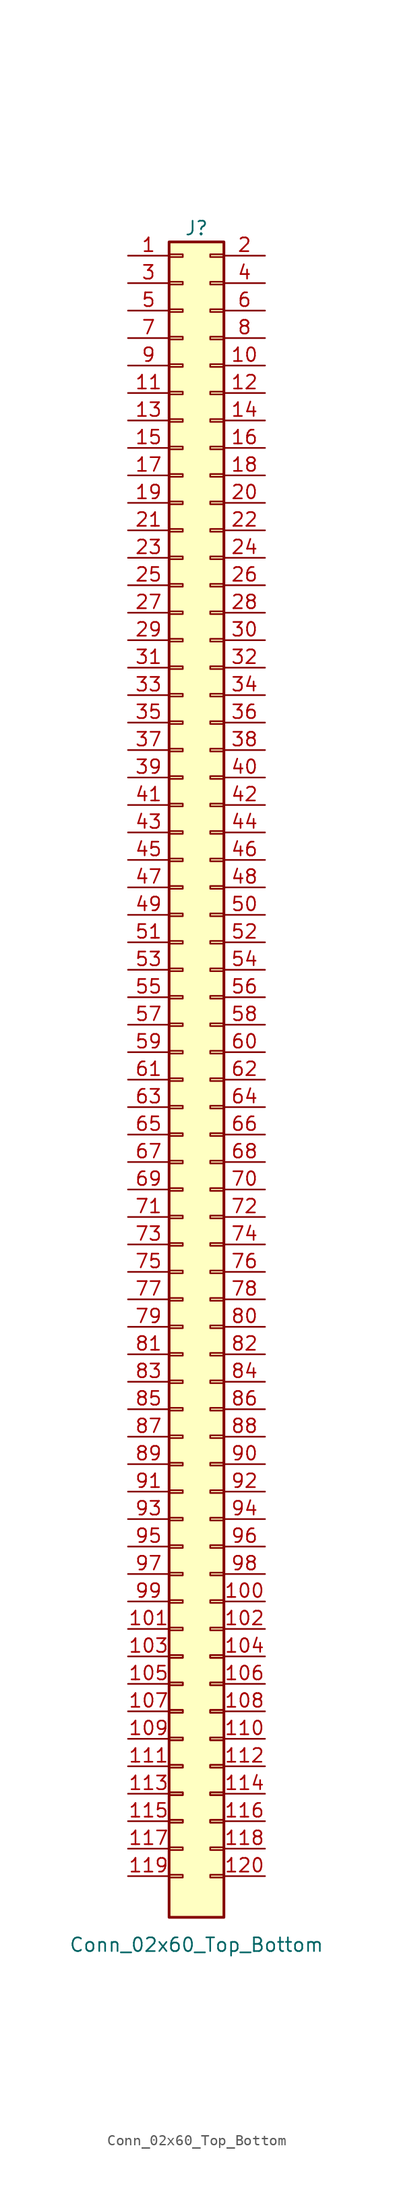
<source format=kicad_sym>
(kicad_symbol_lib
  (version 20211014)
  (generator kicad_symbol_editor)
  (symbol "Conn_02x60_Top_Bottom"
    (pin_names
      (offset 1.016) hide)
    (property "Reference" "J"
      (at 0 1.27 0)
      (effects (font (size 1.27 1.27))))
    (property "Value" "Conn_02x60_Top_Bottom"
      (at 0 -157.48 0)
      (effects (font (size 1.27 1.27))))
    (symbol "Conn_02x60_Top_Bottom_1_1"
      (rectangle (start -2.54 -151.003) (end -1.27 -151.257) (stroke (width 0.152) (type default) (color 0 0 0 0)) (fill (type none)))
      (rectangle (start -2.54 -148.463) (end -1.27 -148.717) (stroke (width 0.152) (type default) (color 0 0 0 0)) (fill (type none)))
      (rectangle (start -2.54 -145.923) (end -1.27 -146.177) (stroke (width 0.152) (type default) (color 0 0 0 0)) (fill (type none)))
      (rectangle (start -2.54 -145.923) (end -1.27 -146.177) (stroke (width 0.152) (type default) (color 0 0 0 0)) (fill (type none)))
      (rectangle (start -2.54 -143.383) (end -1.27 -143.637) (stroke (width 0.152) (type default) (color 0 0 0 0)) (fill (type none)))
      (rectangle (start -2.54 -143.383) (end -1.27 -143.637) (stroke (width 0.152) (type default) (color 0 0 0 0)) (fill (type none)))
      (rectangle (start -2.54 -140.843) (end -1.27 -141.097) (stroke (width 0.152) (type default) (color 0 0 0 0)) (fill (type none)))
      (rectangle (start -2.54 -140.843) (end -1.27 -141.097) (stroke (width 0.152) (type default) (color 0 0 0 0)) (fill (type none)))
      (rectangle (start -2.54 -138.303) (end -1.27 -138.557) (stroke (width 0.152) (type default) (color 0 0 0 0)) (fill (type none)))
      (rectangle (start -2.54 -138.303) (end -1.27 -138.557) (stroke (width 0.152) (type default) (color 0 0 0 0)) (fill (type none)))
      (rectangle (start -2.54 -135.763) (end -1.27 -136.017) (stroke (width 0.152) (type default) (color 0 0 0 0)) (fill (type none)))
      (rectangle (start -2.54 -135.763) (end -1.27 -136.017) (stroke (width 0.152) (type default) (color 0 0 0 0)) (fill (type none)))
      (rectangle (start -2.54 -133.223) (end -1.27 -133.477) (stroke (width 0.152) (type default) (color 0 0 0 0)) (fill (type none)))
      (rectangle (start -2.54 -133.223) (end -1.27 -133.477) (stroke (width 0.152) (type default) (color 0 0 0 0)) (fill (type none)))
      (rectangle (start -2.54 -130.683) (end -1.27 -130.937) (stroke (width 0.152) (type default) (color 0 0 0 0)) (fill (type none)))
      (rectangle (start -2.54 -130.683) (end -1.27 -130.937) (stroke (width 0.152) (type default) (color 0 0 0 0)) (fill (type none)))
      (rectangle (start -2.54 -128.143) (end -1.27 -128.397) (stroke (width 0.152) (type default) (color 0 0 0 0)) (fill (type none)))
      (rectangle (start -2.54 -125.603) (end -1.27 -125.857) (stroke (width 0.152) (type default) (color 0 0 0 0)) (fill (type none)))
      (rectangle (start -2.54 -123.063) (end -1.27 -123.317) (stroke (width 0.152) (type default) (color 0 0 0 0)) (fill (type none)))
      (rectangle (start -2.54 -120.523) (end -1.27 -120.777) (stroke (width 0.152) (type default) (color 0 0 0 0)) (fill (type none)))
      (rectangle (start -2.54 -117.983) (end -1.27 -118.237) (stroke (width 0.152) (type default) (color 0 0 0 0)) (fill (type none)))
      (rectangle (start -2.54 -115.443) (end -1.27 -115.697) (stroke (width 0.152) (type default) (color 0 0 0 0)) (fill (type none)))
      (rectangle (start -2.54 -112.903) (end -1.27 -113.157) (stroke (width 0.152) (type default) (color 0 0 0 0)) (fill (type none)))
      (rectangle (start -2.54 -110.363) (end -1.27 -110.617) (stroke (width 0.152) (type default) (color 0 0 0 0)) (fill (type none)))
      (rectangle (start -2.54 -107.823) (end -1.27 -108.077) (stroke (width 0.152) (type default) (color 0 0 0 0)) (fill (type none)))
      (rectangle (start -2.54 -105.283) (end -1.27 -105.537) (stroke (width 0.152) (type default) (color 0 0 0 0)) (fill (type none)))
      (rectangle (start -2.54 -102.743) (end -1.27 -102.997) (stroke (width 0.152) (type default) (color 0 0 0 0)) (fill (type none)))
      (rectangle (start -2.54 -100.203) (end -1.27 -100.457) (stroke (width 0.152) (type default) (color 0 0 0 0)) (fill (type none)))
      (rectangle (start -2.54 -97.663) (end -1.27 -97.917) (stroke (width 0.152) (type default) (color 0 0 0 0)) (fill (type none)))
      (rectangle (start -2.54 -95.123) (end -1.27 -95.377) (stroke (width 0.152) (type default) (color 0 0 0 0)) (fill (type none)))
      (rectangle (start -2.54 -92.583) (end -1.27 -92.837) (stroke (width 0.152) (type default) (color 0 0 0 0)) (fill (type none)))
      (rectangle (start -2.54 -90.043) (end -1.27 -90.297) (stroke (width 0.152) (type default) (color 0 0 0 0)) (fill (type none)))
      (rectangle (start -2.54 -87.503) (end -1.27 -87.757) (stroke (width 0.152) (type default) (color 0 0 0 0)) (fill (type none)))
      (rectangle (start -2.54 -84.963) (end -1.27 -85.217) (stroke (width 0.152) (type default) (color 0 0 0 0)) (fill (type none)))
      (rectangle (start -2.54 -82.423) (end -1.27 -82.677) (stroke (width 0.152) (type default) (color 0 0 0 0)) (fill (type none)))
      (rectangle (start -2.54 -79.883) (end -1.27 -80.137) (stroke (width 0.152) (type default) (color 0 0 0 0)) (fill (type none)))
      (rectangle (start -2.54 -77.343) (end -1.27 -77.597) (stroke (width 0.152) (type default) (color 0 0 0 0)) (fill (type none)))
      (rectangle (start -2.54 -74.803) (end -1.27 -75.057) (stroke (width 0.152) (type default) (color 0 0 0 0)) (fill (type none)))
      (rectangle (start -2.54 -72.263) (end -1.27 -72.517) (stroke (width 0.152) (type default) (color 0 0 0 0)) (fill (type none)))
      (rectangle (start -2.54 -69.723) (end -1.27 -69.977) (stroke (width 0.152) (type default) (color 0 0 0 0)) (fill (type none)))
      (rectangle (start -2.54 -67.183) (end -1.27 -67.437) (stroke (width 0.152) (type default) (color 0 0 0 0)) (fill (type none)))
      (rectangle (start -2.54 -64.643) (end -1.27 -64.897) (stroke (width 0.152) (type default) (color 0 0 0 0)) (fill (type none)))
      (rectangle (start -2.54 -62.103) (end -1.27 -62.357) (stroke (width 0.152) (type default) (color 0 0 0 0)) (fill (type none)))
      (rectangle (start -2.54 -59.563) (end -1.27 -59.817) (stroke (width 0.152) (type default) (color 0 0 0 0)) (fill (type none)))
      (rectangle (start -2.54 -57.023) (end -1.27 -57.277) (stroke (width 0.152) (type default) (color 0 0 0 0)) (fill (type none)))
      (rectangle (start -2.54 -54.483) (end -1.27 -54.737) (stroke (width 0.152) (type default) (color 0 0 0 0)) (fill (type none)))
      (rectangle (start -2.54 -51.943) (end -1.27 -52.197) (stroke (width 0.152) (type default) (color 0 0 0 0)) (fill (type none)))
      (rectangle (start -2.54 -49.403) (end -1.27 -49.657) (stroke (width 0.152) (type default) (color 0 0 0 0)) (fill (type none)))
      (rectangle (start -2.54 -46.863) (end -1.27 -47.117) (stroke (width 0.152) (type default) (color 0 0 0 0)) (fill (type none)))
      (rectangle (start -2.54 -44.323) (end -1.27 -44.577) (stroke (width 0.152) (type default) (color 0 0 0 0)) (fill (type none)))
      (rectangle (start -2.54 -41.783) (end -1.27 -42.037) (stroke (width 0.152) (type default) (color 0 0 0 0)) (fill (type none)))
      (rectangle (start -2.54 -39.243) (end -1.27 -39.497) (stroke (width 0.152) (type default) (color 0 0 0 0)) (fill (type none)))
      (rectangle (start -2.54 -36.703) (end -1.27 -36.957) (stroke (width 0.152) (type default) (color 0 0 0 0)) (fill (type none)))
      (rectangle (start -2.54 -34.163) (end -1.27 -34.417) (stroke (width 0.152) (type default) (color 0 0 0 0)) (fill (type none)))
      (rectangle (start -2.54 -31.623) (end -1.27 -31.877) (stroke (width 0.152) (type default) (color 0 0 0 0)) (fill (type none)))
      (rectangle (start -2.54 -29.083) (end -1.27 -29.337) (stroke (width 0.152) (type default) (color 0 0 0 0)) (fill (type none)))
      (rectangle (start -2.54 -26.543) (end -1.27 -26.797) (stroke (width 0.152) (type default) (color 0 0 0 0)) (fill (type none)))
      (rectangle (start -2.54 -24.003) (end -1.27 -24.257) (stroke (width 0.152) (type default) (color 0 0 0 0)) (fill (type none)))
      (rectangle (start -2.54 -21.463) (end -1.27 -21.717) (stroke (width 0.152) (type default) (color 0 0 0 0)) (fill (type none)))
      (rectangle (start -2.54 -18.923) (end -1.27 -19.177) (stroke (width 0.152) (type default) (color 0 0 0 0)) (fill (type none)))
      (rectangle (start -2.54 -16.383) (end -1.27 -16.637) (stroke (width 0.152) (type default) (color 0 0 0 0)) (fill (type none)))
      (rectangle (start -2.54 -13.843) (end -1.27 -14.097) (stroke (width 0.152) (type default) (color 0 0 0 0)) (fill (type none)))
      (rectangle (start -2.54 -11.303) (end -1.27 -11.557) (stroke (width 0.152) (type default) (color 0 0 0 0)) (fill (type none)))
      (rectangle (start -2.54 -8.763) (end -1.27 -9.017) (stroke (width 0.152) (type default) (color 0 0 0 0)) (fill (type none)))
      (rectangle (start -2.54 -6.223) (end -1.27 -6.477) (stroke (width 0.152) (type default) (color 0 0 0 0)) (fill (type none)))
      (rectangle (start -2.54 -3.683) (end -1.27 -3.937) (stroke (width 0.152) (type default) (color 0 0 0 0)) (fill (type none)))
      (rectangle (start -2.54 -1.143) (end -1.27 -1.397) (stroke (width 0.152) (type default) (color 0 0 0 0)) (fill (type none)))
      (rectangle (start -2.54 0) (end 2.54 -154.94) (stroke (width 0.254) (type default) (color 0 0 0 0)) (fill (type background)))
      (rectangle (start 2.54 -151.003) (end 1.27 -151.257) (stroke (width 0.152) (type default) (color 0 0 0 0)) (fill (type none)))
      (rectangle (start 2.54 -148.463) (end 1.27 -148.717) (stroke (width 0.152) (type default) (color 0 0 0 0)) (fill (type none)))
      (rectangle (start 2.54 -145.923) (end 1.27 -146.177) (stroke (width 0.152) (type default) (color 0 0 0 0)) (fill (type none)))
      (rectangle (start 2.54 -145.923) (end 1.27 -146.177) (stroke (width 0.152) (type default) (color 0 0 0 0)) (fill (type none)))
      (rectangle (start 2.54 -143.383) (end 1.27 -143.637) (stroke (width 0.152) (type default) (color 0 0 0 0)) (fill (type none)))
      (rectangle (start 2.54 -143.383) (end 1.27 -143.637) (stroke (width 0.152) (type default) (color 0 0 0 0)) (fill (type none)))
      (rectangle (start 2.54 -140.843) (end 1.27 -141.097) (stroke (width 0.152) (type default) (color 0 0 0 0)) (fill (type none)))
      (rectangle (start 2.54 -140.843) (end 1.27 -141.097) (stroke (width 0.152) (type default) (color 0 0 0 0)) (fill (type none)))
      (rectangle (start 2.54 -138.303) (end 1.27 -138.557) (stroke (width 0.152) (type default) (color 0 0 0 0)) (fill (type none)))
      (rectangle (start 2.54 -138.303) (end 1.27 -138.557) (stroke (width 0.152) (type default) (color 0 0 0 0)) (fill (type none)))
      (rectangle (start 2.54 -135.763) (end 1.27 -136.017) (stroke (width 0.152) (type default) (color 0 0 0 0)) (fill (type none)))
      (rectangle (start 2.54 -135.763) (end 1.27 -136.017) (stroke (width 0.152) (type default) (color 0 0 0 0)) (fill (type none)))
      (rectangle (start 2.54 -133.223) (end 1.27 -133.477) (stroke (width 0.152) (type default) (color 0 0 0 0)) (fill (type none)))
      (rectangle (start 2.54 -133.223) (end 1.27 -133.477) (stroke (width 0.152) (type default) (color 0 0 0 0)) (fill (type none)))
      (rectangle (start 2.54 -130.683) (end 1.27 -130.937) (stroke (width 0.152) (type default) (color 0 0 0 0)) (fill (type none)))
      (rectangle (start 2.54 -130.683) (end 1.27 -130.937) (stroke (width 0.152) (type default) (color 0 0 0 0)) (fill (type none)))
      (rectangle (start 2.54 -128.143) (end 1.27 -128.397) (stroke (width 0.152) (type default) (color 0 0 0 0)) (fill (type none)))
      (rectangle (start 2.54 -125.603) (end 1.27 -125.857) (stroke (width 0.152) (type default) (color 0 0 0 0)) (fill (type none)))
      (rectangle (start 2.54 -123.063) (end 1.27 -123.317) (stroke (width 0.152) (type default) (color 0 0 0 0)) (fill (type none)))
      (rectangle (start 2.54 -120.523) (end 1.27 -120.777) (stroke (width 0.152) (type default) (color 0 0 0 0)) (fill (type none)))
      (rectangle (start 2.54 -117.983) (end 1.27 -118.237) (stroke (width 0.152) (type default) (color 0 0 0 0)) (fill (type none)))
      (rectangle (start 2.54 -115.443) (end 1.27 -115.697) (stroke (width 0.152) (type default) (color 0 0 0 0)) (fill (type none)))
      (rectangle (start 2.54 -112.903) (end 1.27 -113.157) (stroke (width 0.152) (type default) (color 0 0 0 0)) (fill (type none)))
      (rectangle (start 2.54 -110.363) (end 1.27 -110.617) (stroke (width 0.152) (type default) (color 0 0 0 0)) (fill (type none)))
      (rectangle (start 2.54 -107.823) (end 1.27 -108.077) (stroke (width 0.152) (type default) (color 0 0 0 0)) (fill (type none)))
      (rectangle (start 2.54 -105.283) (end 1.27 -105.537) (stroke (width 0.152) (type default) (color 0 0 0 0)) (fill (type none)))
      (rectangle (start 2.54 -102.743) (end 1.27 -102.997) (stroke (width 0.152) (type default) (color 0 0 0 0)) (fill (type none)))
      (rectangle (start 2.54 -100.203) (end 1.27 -100.457) (stroke (width 0.152) (type default) (color 0 0 0 0)) (fill (type none)))
      (rectangle (start 2.54 -97.663) (end 1.27 -97.917) (stroke (width 0.152) (type default) (color 0 0 0 0)) (fill (type none)))
      (rectangle (start 2.54 -95.123) (end 1.27 -95.377) (stroke (width 0.152) (type default) (color 0 0 0 0)) (fill (type none)))
      (rectangle (start 2.54 -92.583) (end 1.27 -92.837) (stroke (width 0.152) (type default) (color 0 0 0 0)) (fill (type none)))
      (rectangle (start 2.54 -90.043) (end 1.27 -90.297) (stroke (width 0.152) (type default) (color 0 0 0 0)) (fill (type none)))
      (rectangle (start 2.54 -87.503) (end 1.27 -87.757) (stroke (width 0.152) (type default) (color 0 0 0 0)) (fill (type none)))
      (rectangle (start 2.54 -84.963) (end 1.27 -85.217) (stroke (width 0.152) (type default) (color 0 0 0 0)) (fill (type none)))
      (rectangle (start 2.54 -82.423) (end 1.27 -82.677) (stroke (width 0.152) (type default) (color 0 0 0 0)) (fill (type none)))
      (rectangle (start 2.54 -79.883) (end 1.27 -80.137) (stroke (width 0.152) (type default) (color 0 0 0 0)) (fill (type none)))
      (rectangle (start 2.54 -77.343) (end 1.27 -77.597) (stroke (width 0.152) (type default) (color 0 0 0 0)) (fill (type none)))
      (rectangle (start 2.54 -74.803) (end 1.27 -75.057) (stroke (width 0.152) (type default) (color 0 0 0 0)) (fill (type none)))
      (rectangle (start 2.54 -72.263) (end 1.27 -72.517) (stroke (width 0.152) (type default) (color 0 0 0 0)) (fill (type none)))
      (rectangle (start 2.54 -69.723) (end 1.27 -69.977) (stroke (width 0.152) (type default) (color 0 0 0 0)) (fill (type none)))
      (rectangle (start 2.54 -67.183) (end 1.27 -67.437) (stroke (width 0.152) (type default) (color 0 0 0 0)) (fill (type none)))
      (rectangle (start 2.54 -64.643) (end 1.27 -64.897) (stroke (width 0.152) (type default) (color 0 0 0 0)) (fill (type none)))
      (rectangle (start 2.54 -62.103) (end 1.27 -62.357) (stroke (width 0.152) (type default) (color 0 0 0 0)) (fill (type none)))
      (rectangle (start 2.54 -59.563) (end 1.27 -59.817) (stroke (width 0.152) (type default) (color 0 0 0 0)) (fill (type none)))
      (rectangle (start 2.54 -57.023) (end 1.27 -57.277) (stroke (width 0.152) (type default) (color 0 0 0 0)) (fill (type none)))
      (rectangle (start 2.54 -54.483) (end 1.27 -54.737) (stroke (width 0.152) (type default) (color 0 0 0 0)) (fill (type none)))
      (rectangle (start 2.54 -51.943) (end 1.27 -52.197) (stroke (width 0.152) (type default) (color 0 0 0 0)) (fill (type none)))
      (rectangle (start 2.54 -49.403) (end 1.27 -49.657) (stroke (width 0.152) (type default) (color 0 0 0 0)) (fill (type none)))
      (rectangle (start 2.54 -46.863) (end 1.27 -47.117) (stroke (width 0.152) (type default) (color 0 0 0 0)) (fill (type none)))
      (rectangle (start 2.54 -44.323) (end 1.27 -44.577) (stroke (width 0.152) (type default) (color 0 0 0 0)) (fill (type none)))
      (rectangle (start 2.54 -41.783) (end 1.27 -42.037) (stroke (width 0.152) (type default) (color 0 0 0 0)) (fill (type none)))
      (rectangle (start 2.54 -39.243) (end 1.27 -39.497) (stroke (width 0.152) (type default) (color 0 0 0 0)) (fill (type none)))
      (rectangle (start 2.54 -36.703) (end 1.27 -36.957) (stroke (width 0.152) (type default) (color 0 0 0 0)) (fill (type none)))
      (rectangle (start 2.54 -34.163) (end 1.27 -34.417) (stroke (width 0.152) (type default) (color 0 0 0 0)) (fill (type none)))
      (rectangle (start 2.54 -31.623) (end 1.27 -31.877) (stroke (width 0.152) (type default) (color 0 0 0 0)) (fill (type none)))
      (rectangle (start 2.54 -29.083) (end 1.27 -29.337) (stroke (width 0.152) (type default) (color 0 0 0 0)) (fill (type none)))
      (rectangle (start 2.54 -26.543) (end 1.27 -26.797) (stroke (width 0.152) (type default) (color 0 0 0 0)) (fill (type none)))
      (rectangle (start 2.54 -24.003) (end 1.27 -24.257) (stroke (width 0.152) (type default) (color 0 0 0 0)) (fill (type none)))
      (rectangle (start 2.54 -21.463) (end 1.27 -21.717) (stroke (width 0.152) (type default) (color 0 0 0 0)) (fill (type none)))
      (rectangle (start 2.54 -18.923) (end 1.27 -19.177) (stroke (width 0.152) (type default) (color 0 0 0 0)) (fill (type none)))
      (rectangle (start 2.54 -16.383) (end 1.27 -16.637) (stroke (width 0.152) (type default) (color 0 0 0 0)) (fill (type none)))
      (rectangle (start 2.54 -13.843) (end 1.27 -14.097) (stroke (width 0.152) (type default) (color 0 0 0 0)) (fill (type none)))
      (rectangle (start 2.54 -11.303) (end 1.27 -11.557) (stroke (width 0.152) (type default) (color 0 0 0 0)) (fill (type none)))
      (rectangle (start 2.54 -8.763) (end 1.27 -9.017) (stroke (width 0.152) (type default) (color 0 0 0 0)) (fill (type none)))
      (rectangle (start 2.54 -6.223) (end 1.27 -6.477) (stroke (width 0.152) (type default) (color 0 0 0 0)) (fill (type none)))
      (rectangle (start 2.54 -3.683) (end 1.27 -3.937) (stroke (width 0.152) (type default) (color 0 0 0 0)) (fill (type none)))
      (rectangle (start 2.54 -1.143) (end 1.27 -1.397) (stroke (width 0.152) (type default) (color 0 0 0 0)) (fill (type none)))
      (pin passive line (at -6.35 -1.27 0) (length 3.81) (name "Pin_1" (effects (font (size 1.27 1.27)))) (number "1" (effects (font (size 1.27 1.27)))))
      (pin passive line (at 6.35 -11.43 180) (length 3.81) (name "Pin_10" (effects (font (size 1.27 1.27)))) (number "10" (effects (font (size 1.27 1.27)))))
      (pin passive line (at 6.35 -125.73 180) (length 3.81) (name "Pin_100" (effects (font (size 1.27 1.27)))) (number "100" (effects (font (size 1.27 1.27)))))
      (pin passive line (at -6.35 -128.27 0) (length 3.81) (name "Pin_101" (effects (font (size 1.27 1.27)))) (number "101" (effects (font (size 1.27 1.27)))))
      (pin passive line (at 6.35 -128.27 180) (length 3.81) (name "Pin_102" (effects (font (size 1.27 1.27)))) (number "102" (effects (font (size 1.27 1.27)))))
      (pin passive line (at -6.35 -130.81 0) (length 3.81) (name "Pin_103" (effects (font (size 1.27 1.27)))) (number "103" (effects (font (size 1.27 1.27)))))
      (pin passive line (at 6.35 -130.81 180) (length 3.81) (name "Pin_104" (effects (font (size 1.27 1.27)))) (number "104" (effects (font (size 1.27 1.27)))))
      (pin passive line (at -6.35 -133.35 0) (length 3.81) (name "Pin_105" (effects (font (size 1.27 1.27)))) (number "105" (effects (font (size 1.27 1.27)))))
      (pin passive line (at 6.35 -133.35 180) (length 3.81) (name "Pin_106" (effects (font (size 1.27 1.27)))) (number "106" (effects (font (size 1.27 1.27)))))
      (pin passive line (at -6.35 -135.89 0) (length 3.81) (name "Pin_107" (effects (font (size 1.27 1.27)))) (number "107" (effects (font (size 1.27 1.27)))))
      (pin passive line (at 6.35 -135.89 180) (length 3.81) (name "Pin_108" (effects (font (size 1.27 1.27)))) (number "108" (effects (font (size 1.27 1.27)))))
      (pin passive line (at -6.35 -138.43 0) (length 3.81) (name "Pin_109" (effects (font (size 1.27 1.27)))) (number "109" (effects (font (size 1.27 1.27)))))
      (pin passive line (at -6.35 -13.97 0) (length 3.81) (name "Pin_11" (effects (font (size 1.27 1.27)))) (number "11" (effects (font (size 1.27 1.27)))))
      (pin passive line (at 6.35 -138.43 180) (length 3.81) (name "Pin_110" (effects (font (size 1.27 1.27)))) (number "110" (effects (font (size 1.27 1.27)))))
      (pin passive line (at -6.35 -140.97 0) (length 3.81) (name "Pin_111" (effects (font (size 1.27 1.27)))) (number "111" (effects (font (size 1.27 1.27)))))
      (pin passive line (at 6.35 -140.97 180) (length 3.81) (name "Pin_112" (effects (font (size 1.27 1.27)))) (number "112" (effects (font (size 1.27 1.27)))))
      (pin passive line (at -6.35 -143.51 0) (length 3.81) (name "Pin_113" (effects (font (size 1.27 1.27)))) (number "113" (effects (font (size 1.27 1.27)))))
      (pin passive line (at 6.35 -143.51 180) (length 3.81) (name "Pin_114" (effects (font (size 1.27 1.27)))) (number "114" (effects (font (size 1.27 1.27)))))
      (pin passive line (at -6.35 -146.05 0) (length 3.81) (name "Pin_115" (effects (font (size 1.27 1.27)))) (number "115" (effects (font (size 1.27 1.27)))))
      (pin passive line (at 6.35 -146.05 180) (length 3.81) (name "Pin_116" (effects (font (size 1.27 1.27)))) (number "116" (effects (font (size 1.27 1.27)))))
      (pin passive line (at -6.35 -148.59 0) (length 3.81) (name "Pin_117" (effects (font (size 1.27 1.27)))) (number "117" (effects (font (size 1.27 1.27)))))
      (pin passive line (at 6.35 -148.59 180) (length 3.81) (name "Pin_118" (effects (font (size 1.27 1.27)))) (number "118" (effects (font (size 1.27 1.27)))))
      (pin passive line (at -6.35 -151.13 0) (length 3.81) (name "Pin_119" (effects (font (size 1.27 1.27)))) (number "119" (effects (font (size 1.27 1.27)))))
      (pin passive line (at 6.35 -13.97 180) (length 3.81) (name "Pin_12" (effects (font (size 1.27 1.27)))) (number "12" (effects (font (size 1.27 1.27)))))
      (pin passive line (at 6.35 -151.13 180) (length 3.81) (name "Pin_120" (effects (font (size 1.27 1.27)))) (number "120" (effects (font (size 1.27 1.27)))))
      (pin passive line (at -6.35 -16.51 0) (length 3.81) (name "Pin_13" (effects (font (size 1.27 1.27)))) (number "13" (effects (font (size 1.27 1.27)))))
      (pin passive line (at 6.35 -16.51 180) (length 3.81) (name "Pin_14" (effects (font (size 1.27 1.27)))) (number "14" (effects (font (size 1.27 1.27)))))
      (pin passive line (at -6.35 -19.05 0) (length 3.81) (name "Pin_15" (effects (font (size 1.27 1.27)))) (number "15" (effects (font (size 1.27 1.27)))))
      (pin passive line (at 6.35 -19.05 180) (length 3.81) (name "Pin_16" (effects (font (size 1.27 1.27)))) (number "16" (effects (font (size 1.27 1.27)))))
      (pin passive line (at -6.35 -21.59 0) (length 3.81) (name "Pin_17" (effects (font (size 1.27 1.27)))) (number "17" (effects (font (size 1.27 1.27)))))
      (pin passive line (at 6.35 -21.59 180) (length 3.81) (name "Pin_18" (effects (font (size 1.27 1.27)))) (number "18" (effects (font (size 1.27 1.27)))))
      (pin passive line (at -6.35 -24.13 0) (length 3.81) (name "Pin_19" (effects (font (size 1.27 1.27)))) (number "19" (effects (font (size 1.27 1.27)))))
      (pin passive line (at 6.35 -1.27 180) (length 3.81) (name "Pin_2" (effects (font (size 1.27 1.27)))) (number "2" (effects (font (size 1.27 1.27)))))
      (pin passive line (at 6.35 -24.13 180) (length 3.81) (name "Pin_20" (effects (font (size 1.27 1.27)))) (number "20" (effects (font (size 1.27 1.27)))))
      (pin passive line (at -6.35 -26.67 0) (length 3.81) (name "Pin_21" (effects (font (size 1.27 1.27)))) (number "21" (effects (font (size 1.27 1.27)))))
      (pin passive line (at 6.35 -26.67 180) (length 3.81) (name "Pin_22" (effects (font (size 1.27 1.27)))) (number "22" (effects (font (size 1.27 1.27)))))
      (pin passive line (at -6.35 -29.21 0) (length 3.81) (name "Pin_23" (effects (font (size 1.27 1.27)))) (number "23" (effects (font (size 1.27 1.27)))))
      (pin passive line (at 6.35 -29.21 180) (length 3.81) (name "Pin_24" (effects (font (size 1.27 1.27)))) (number "24" (effects (font (size 1.27 1.27)))))
      (pin passive line (at -6.35 -31.75 0) (length 3.81) (name "Pin_25" (effects (font (size 1.27 1.27)))) (number "25" (effects (font (size 1.27 1.27)))))
      (pin passive line (at 6.35 -31.75 180) (length 3.81) (name "Pin_26" (effects (font (size 1.27 1.27)))) (number "26" (effects (font (size 1.27 1.27)))))
      (pin passive line (at -6.35 -34.29 0) (length 3.81) (name "Pin_27" (effects (font (size 1.27 1.27)))) (number "27" (effects (font (size 1.27 1.27)))))
      (pin passive line (at 6.35 -34.29 180) (length 3.81) (name "Pin_28" (effects (font (size 1.27 1.27)))) (number "28" (effects (font (size 1.27 1.27)))))
      (pin passive line (at -6.35 -36.83 0) (length 3.81) (name "Pin_29" (effects (font (size 1.27 1.27)))) (number "29" (effects (font (size 1.27 1.27)))))
      (pin passive line (at -6.35 -3.81 0) (length 3.81) (name "Pin_3" (effects (font (size 1.27 1.27)))) (number "3" (effects (font (size 1.27 1.27)))))
      (pin passive line (at 6.35 -36.83 180) (length 3.81) (name "Pin_30" (effects (font (size 1.27 1.27)))) (number "30" (effects (font (size 1.27 1.27)))))
      (pin passive line (at -6.35 -39.37 0) (length 3.81) (name "Pin_31" (effects (font (size 1.27 1.27)))) (number "31" (effects (font (size 1.27 1.27)))))
      (pin passive line (at 6.35 -39.37 180) (length 3.81) (name "Pin_32" (effects (font (size 1.27 1.27)))) (number "32" (effects (font (size 1.27 1.27)))))
      (pin passive line (at -6.35 -41.91 0) (length 3.81) (name "Pin_33" (effects (font (size 1.27 1.27)))) (number "33" (effects (font (size 1.27 1.27)))))
      (pin passive line (at 6.35 -41.91 180) (length 3.81) (name "Pin_34" (effects (font (size 1.27 1.27)))) (number "34" (effects (font (size 1.27 1.27)))))
      (pin passive line (at -6.35 -44.45 0) (length 3.81) (name "Pin_35" (effects (font (size 1.27 1.27)))) (number "35" (effects (font (size 1.27 1.27)))))
      (pin passive line (at 6.35 -44.45 180) (length 3.81) (name "Pin_36" (effects (font (size 1.27 1.27)))) (number "36" (effects (font (size 1.27 1.27)))))
      (pin passive line (at -6.35 -46.99 0) (length 3.81) (name "Pin_37" (effects (font (size 1.27 1.27)))) (number "37" (effects (font (size 1.27 1.27)))))
      (pin passive line (at 6.35 -46.99 180) (length 3.81) (name "Pin_38" (effects (font (size 1.27 1.27)))) (number "38" (effects (font (size 1.27 1.27)))))
      (pin passive line (at -6.35 -49.53 0) (length 3.81) (name "Pin_39" (effects (font (size 1.27 1.27)))) (number "39" (effects (font (size 1.27 1.27)))))
      (pin passive line (at 6.35 -3.81 180) (length 3.81) (name "Pin_4" (effects (font (size 1.27 1.27)))) (number "4" (effects (font (size 1.27 1.27)))))
      (pin passive line (at 6.35 -49.53 180) (length 3.81) (name "Pin_40" (effects (font (size 1.27 1.27)))) (number "40" (effects (font (size 1.27 1.27)))))
      (pin passive line (at -6.35 -52.07 0) (length 3.81) (name "Pin_41" (effects (font (size 1.27 1.27)))) (number "41" (effects (font (size 1.27 1.27)))))
      (pin passive line (at 6.35 -52.07 180) (length 3.81) (name "Pin_42" (effects (font (size 1.27 1.27)))) (number "42" (effects (font (size 1.27 1.27)))))
      (pin passive line (at -6.35 -54.61 0) (length 3.81) (name "Pin_43" (effects (font (size 1.27 1.27)))) (number "43" (effects (font (size 1.27 1.27)))))
      (pin passive line (at 6.35 -54.61 180) (length 3.81) (name "Pin_44" (effects (font (size 1.27 1.27)))) (number "44" (effects (font (size 1.27 1.27)))))
      (pin passive line (at -6.35 -57.15 0) (length 3.81) (name "Pin_45" (effects (font (size 1.27 1.27)))) (number "45" (effects (font (size 1.27 1.27)))))
      (pin passive line (at 6.35 -57.15 180) (length 3.81) (name "Pin_46" (effects (font (size 1.27 1.27)))) (number "46" (effects (font (size 1.27 1.27)))))
      (pin passive line (at -6.35 -59.69 0) (length 3.81) (name "Pin_47" (effects (font (size 1.27 1.27)))) (number "47" (effects (font (size 1.27 1.27)))))
      (pin passive line (at 6.35 -59.69 180) (length 3.81) (name "Pin_48" (effects (font (size 1.27 1.27)))) (number "48" (effects (font (size 1.27 1.27)))))
      (pin passive line (at -6.35 -62.23 0) (length 3.81) (name "Pin_49" (effects (font (size 1.27 1.27)))) (number "49" (effects (font (size 1.27 1.27)))))
      (pin passive line (at -6.35 -6.35 0) (length 3.81) (name "Pin_5" (effects (font (size 1.27 1.27)))) (number "5" (effects (font (size 1.27 1.27)))))
      (pin passive line (at 6.35 -62.23 180) (length 3.81) (name "Pin_50" (effects (font (size 1.27 1.27)))) (number "50" (effects (font (size 1.27 1.27)))))
      (pin passive line (at -6.35 -64.77 0) (length 3.81) (name "Pin_51" (effects (font (size 1.27 1.27)))) (number "51" (effects (font (size 1.27 1.27)))))
      (pin passive line (at 6.35 -64.77 180) (length 3.81) (name "Pin_52" (effects (font (size 1.27 1.27)))) (number "52" (effects (font (size 1.27 1.27)))))
      (pin passive line (at -6.35 -67.31 0) (length 3.81) (name "Pin_53" (effects (font (size 1.27 1.27)))) (number "53" (effects (font (size 1.27 1.27)))))
      (pin passive line (at 6.35 -67.31 180) (length 3.81) (name "Pin_54" (effects (font (size 1.27 1.27)))) (number "54" (effects (font (size 1.27 1.27)))))
      (pin passive line (at -6.35 -69.85 0) (length 3.81) (name "Pin_55" (effects (font (size 1.27 1.27)))) (number "55" (effects (font (size 1.27 1.27)))))
      (pin passive line (at 6.35 -69.85 180) (length 3.81) (name "Pin_56" (effects (font (size 1.27 1.27)))) (number "56" (effects (font (size 1.27 1.27)))))
      (pin passive line (at -6.35 -72.39 0) (length 3.81) (name "Pin_57" (effects (font (size 1.27 1.27)))) (number "57" (effects (font (size 1.27 1.27)))))
      (pin passive line (at 6.35 -72.39 180) (length 3.81) (name "Pin_58" (effects (font (size 1.27 1.27)))) (number "58" (effects (font (size 1.27 1.27)))))
      (pin passive line (at -6.35 -74.93 0) (length 3.81) (name "Pin_59" (effects (font (size 1.27 1.27)))) (number "59" (effects (font (size 1.27 1.27)))))
      (pin passive line (at 6.35 -6.35 180) (length 3.81) (name "Pin_6" (effects (font (size 1.27 1.27)))) (number "6" (effects (font (size 1.27 1.27)))))
      (pin passive line (at 6.35 -74.93 180) (length 3.81) (name "Pin_60" (effects (font (size 1.27 1.27)))) (number "60" (effects (font (size 1.27 1.27)))))
      (pin passive line (at -6.35 -77.47 0) (length 3.81) (name "Pin_61" (effects (font (size 1.27 1.27)))) (number "61" (effects (font (size 1.27 1.27)))))
      (pin passive line (at 6.35 -77.47 180) (length 3.81) (name "Pin_62" (effects (font (size 1.27 1.27)))) (number "62" (effects (font (size 1.27 1.27)))))
      (pin passive line (at -6.35 -80.01 0) (length 3.81) (name "Pin_63" (effects (font (size 1.27 1.27)))) (number "63" (effects (font (size 1.27 1.27)))))
      (pin passive line (at 6.35 -80.01 180) (length 3.81) (name "Pin_64" (effects (font (size 1.27 1.27)))) (number "64" (effects (font (size 1.27 1.27)))))
      (pin passive line (at -6.35 -82.55 0) (length 3.81) (name "Pin_65" (effects (font (size 1.27 1.27)))) (number "65" (effects (font (size 1.27 1.27)))))
      (pin passive line (at 6.35 -82.55 180) (length 3.81) (name "Pin_66" (effects (font (size 1.27 1.27)))) (number "66" (effects (font (size 1.27 1.27)))))
      (pin passive line (at -6.35 -85.09 0) (length 3.81) (name "Pin_67" (effects (font (size 1.27 1.27)))) (number "67" (effects (font (size 1.27 1.27)))))
      (pin passive line (at 6.35 -85.09 180) (length 3.81) (name "Pin_68" (effects (font (size 1.27 1.27)))) (number "68" (effects (font (size 1.27 1.27)))))
      (pin passive line (at -6.35 -87.63 0) (length 3.81) (name "Pin_69" (effects (font (size 1.27 1.27)))) (number "69" (effects (font (size 1.27 1.27)))))
      (pin passive line (at -6.35 -8.89 0) (length 3.81) (name "Pin_7" (effects (font (size 1.27 1.27)))) (number "7" (effects (font (size 1.27 1.27)))))
      (pin passive line (at 6.35 -87.63 180) (length 3.81) (name "Pin_70" (effects (font (size 1.27 1.27)))) (number "70" (effects (font (size 1.27 1.27)))))
      (pin passive line (at -6.35 -90.17 0) (length 3.81) (name "Pin_71" (effects (font (size 1.27 1.27)))) (number "71" (effects (font (size 1.27 1.27)))))
      (pin passive line (at 6.35 -90.17 180) (length 3.81) (name "Pin_72" (effects (font (size 1.27 1.27)))) (number "72" (effects (font (size 1.27 1.27)))))
      (pin passive line (at -6.35 -92.71 0) (length 3.81) (name "Pin_73" (effects (font (size 1.27 1.27)))) (number "73" (effects (font (size 1.27 1.27)))))
      (pin passive line (at 6.35 -92.71 180) (length 3.81) (name "Pin_74" (effects (font (size 1.27 1.27)))) (number "74" (effects (font (size 1.27 1.27)))))
      (pin passive line (at -6.35 -95.25 0) (length 3.81) (name "Pin_75" (effects (font (size 1.27 1.27)))) (number "75" (effects (font (size 1.27 1.27)))))
      (pin passive line (at 6.35 -95.25 180) (length 3.81) (name "Pin_76" (effects (font (size 1.27 1.27)))) (number "76" (effects (font (size 1.27 1.27)))))
      (pin passive line (at -6.35 -97.79 0) (length 3.81) (name "Pin_77" (effects (font (size 1.27 1.27)))) (number "77" (effects (font (size 1.27 1.27)))))
      (pin passive line (at 6.35 -97.79 180) (length 3.81) (name "Pin_78" (effects (font (size 1.27 1.27)))) (number "78" (effects (font (size 1.27 1.27)))))
      (pin passive line (at -6.35 -100.33 0) (length 3.81) (name "Pin_79" (effects (font (size 1.27 1.27)))) (number "79" (effects (font (size 1.27 1.27)))))
      (pin passive line (at 6.35 -8.89 180) (length 3.81) (name "Pin_8" (effects (font (size 1.27 1.27)))) (number "8" (effects (font (size 1.27 1.27)))))
      (pin passive line (at 6.35 -100.33 180) (length 3.81) (name "Pin_80" (effects (font (size 1.27 1.27)))) (number "80" (effects (font (size 1.27 1.27)))))
      (pin passive line (at -6.35 -102.87 0) (length 3.81) (name "Pin_81" (effects (font (size 1.27 1.27)))) (number "81" (effects (font (size 1.27 1.27)))))
      (pin passive line (at 6.35 -102.87 180) (length 3.81) (name "Pin_82" (effects (font (size 1.27 1.27)))) (number "82" (effects (font (size 1.27 1.27)))))
      (pin passive line (at -6.35 -105.41 0) (length 3.81) (name "Pin_83" (effects (font (size 1.27 1.27)))) (number "83" (effects (font (size 1.27 1.27)))))
      (pin passive line (at 6.35 -105.41 180) (length 3.81) (name "Pin_84" (effects (font (size 1.27 1.27)))) (number "84" (effects (font (size 1.27 1.27)))))
      (pin passive line (at -6.35 -107.95 0) (length 3.81) (name "Pin_85" (effects (font (size 1.27 1.27)))) (number "85" (effects (font (size 1.27 1.27)))))
      (pin passive line (at 6.35 -107.95 180) (length 3.81) (name "Pin_86" (effects (font (size 1.27 1.27)))) (number "86" (effects (font (size 1.27 1.27)))))
      (pin passive line (at -6.35 -110.49 0) (length 3.81) (name "Pin_87" (effects (font (size 1.27 1.27)))) (number "87" (effects (font (size 1.27 1.27)))))
      (pin passive line (at 6.35 -110.49 180) (length 3.81) (name "Pin_88" (effects (font (size 1.27 1.27)))) (number "88" (effects (font (size 1.27 1.27)))))
      (pin passive line (at -6.35 -113.03 0) (length 3.81) (name "Pin_89" (effects (font (size 1.27 1.27)))) (number "89" (effects (font (size 1.27 1.27)))))
      (pin passive line (at -6.35 -11.43 0) (length 3.81) (name "Pin_9" (effects (font (size 1.27 1.27)))) (number "9" (effects (font (size 1.27 1.27)))))
      (pin passive line (at 6.35 -113.03 180) (length 3.81) (name "Pin_90" (effects (font (size 1.27 1.27)))) (number "90" (effects (font (size 1.27 1.27)))))
      (pin passive line (at -6.35 -115.57 0) (length 3.81) (name "Pin_91" (effects (font (size 1.27 1.27)))) (number "91" (effects (font (size 1.27 1.27)))))
      (pin passive line (at 6.35 -115.57 180) (length 3.81) (name "Pin_92" (effects (font (size 1.27 1.27)))) (number "92" (effects (font (size 1.27 1.27)))))
      (pin passive line (at -6.35 -118.11 0) (length 3.81) (name "Pin93" (effects (font (size 1.27 1.27)))) (number "93" (effects (font (size 1.27 1.27)))))
      (pin passive line (at 6.35 -118.11 180) (length 3.81) (name "Pin_94" (effects (font (size 1.27 1.27)))) (number "94" (effects (font (size 1.27 1.27)))))
      (pin passive line (at -6.35 -120.65 0) (length 3.81) (name "Pin_95" (effects (font (size 1.27 1.27)))) (number "95" (effects (font (size 1.27 1.27)))))
      (pin passive line (at 6.35 -120.65 180) (length 3.81) (name "Pin_96" (effects (font (size 1.27 1.27)))) (number "96" (effects (font (size 1.27 1.27)))))
      (pin passive line (at -6.35 -123.19 0) (length 3.81) (name "Pin_97" (effects (font (size 1.27 1.27)))) (number "97" (effects (font (size 1.27 1.27)))))
      (pin passive line (at 6.35 -123.19 180) (length 3.81) (name "Pin_98" (effects (font (size 1.27 1.27)))) (number "98" (effects (font (size 1.27 1.27)))))
      (pin passive line (at -6.35 -125.73 0) (length 3.81) (name "Pin_99" (effects (font (size 1.27 1.27)))) (number "99" (effects (font (size 1.27 1.27))))))))
</source>
